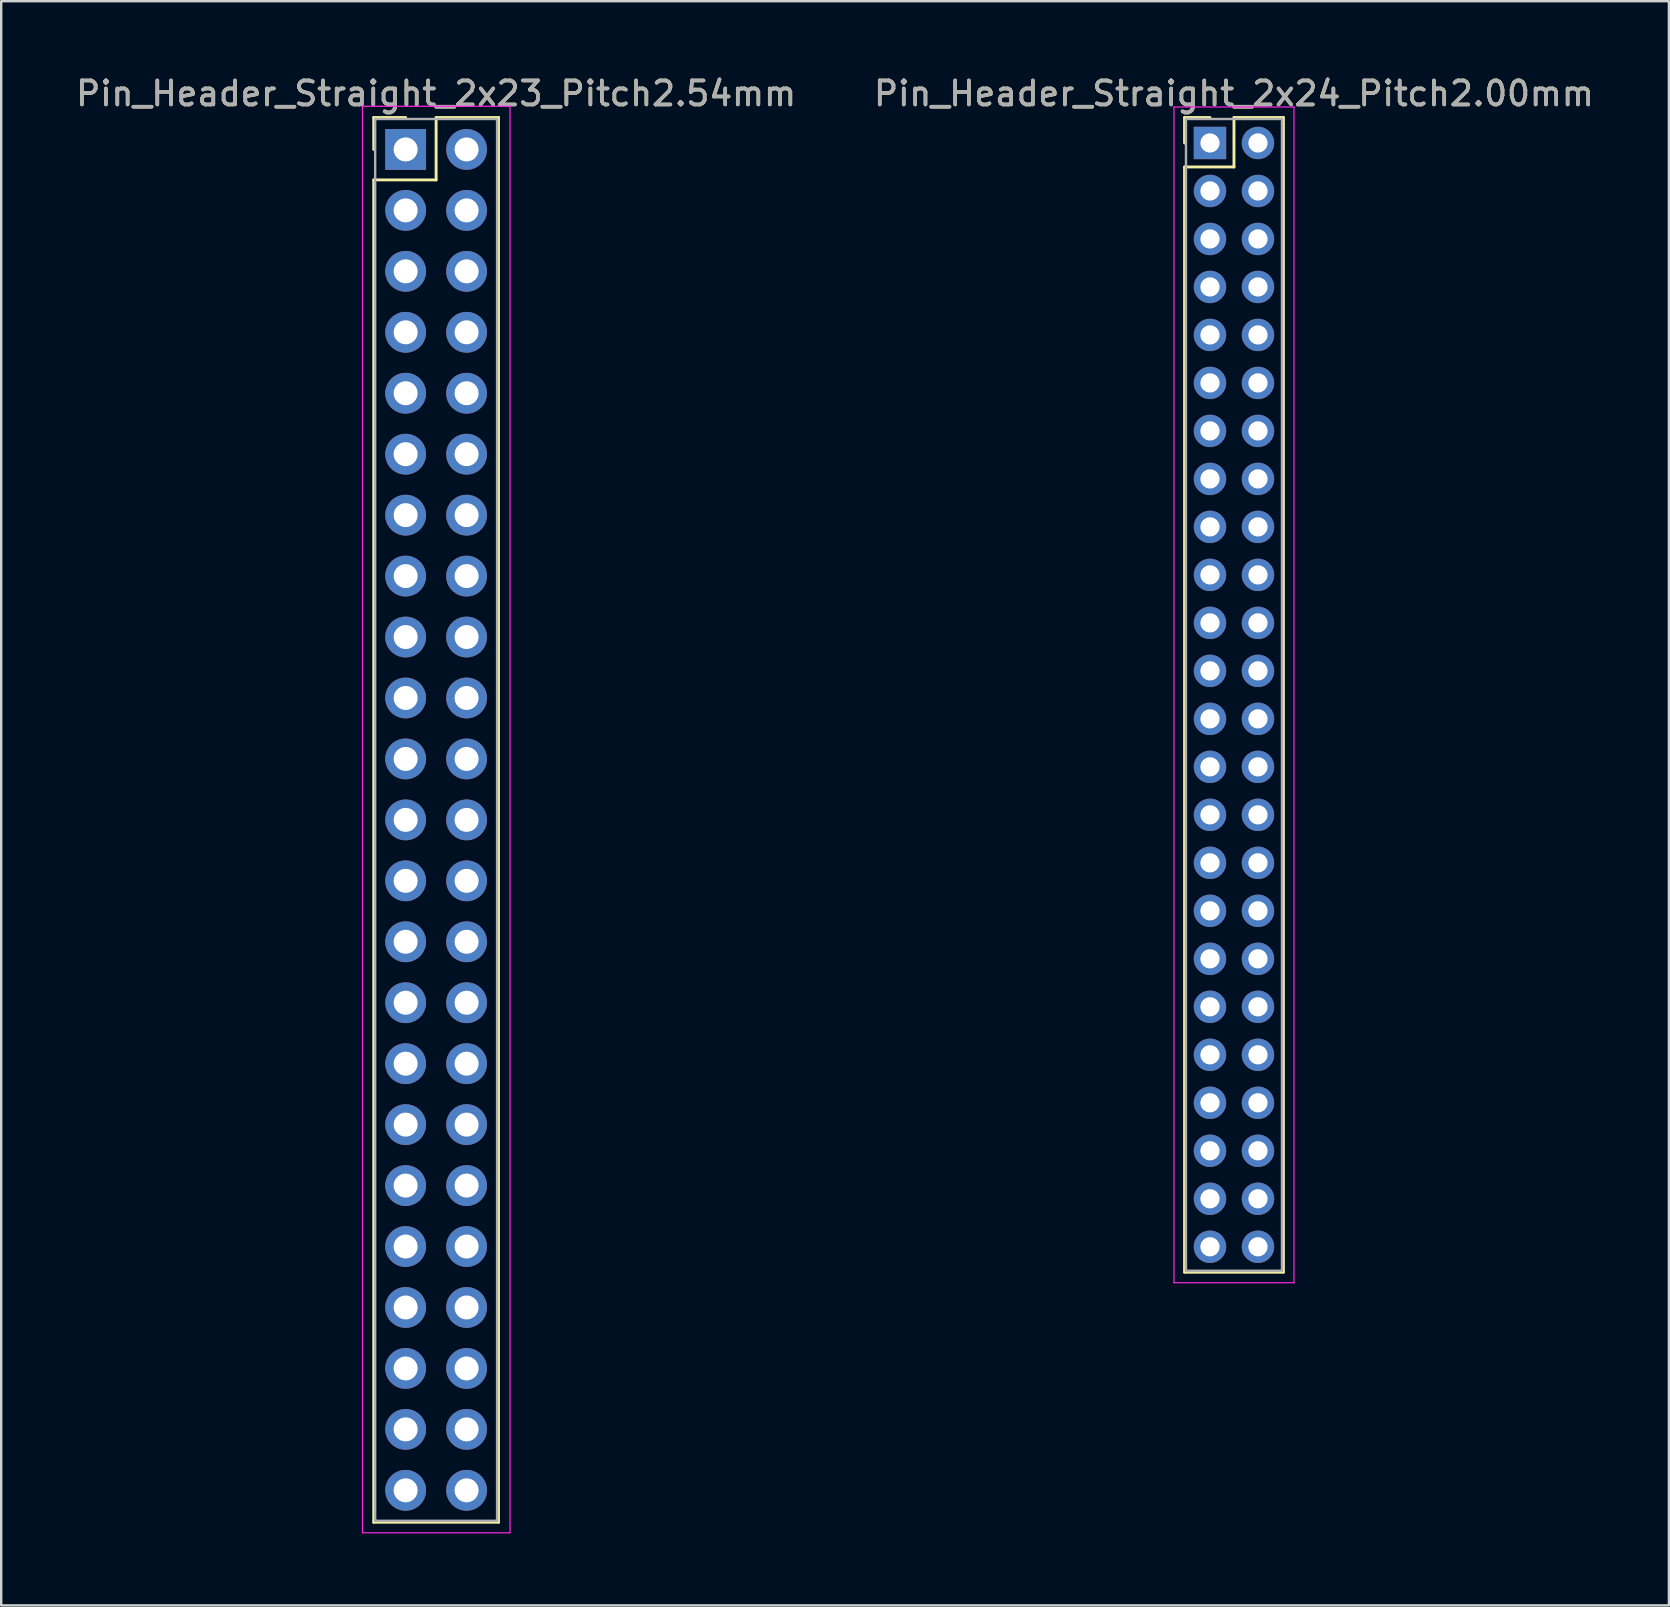
<source format=kicad_pcb>
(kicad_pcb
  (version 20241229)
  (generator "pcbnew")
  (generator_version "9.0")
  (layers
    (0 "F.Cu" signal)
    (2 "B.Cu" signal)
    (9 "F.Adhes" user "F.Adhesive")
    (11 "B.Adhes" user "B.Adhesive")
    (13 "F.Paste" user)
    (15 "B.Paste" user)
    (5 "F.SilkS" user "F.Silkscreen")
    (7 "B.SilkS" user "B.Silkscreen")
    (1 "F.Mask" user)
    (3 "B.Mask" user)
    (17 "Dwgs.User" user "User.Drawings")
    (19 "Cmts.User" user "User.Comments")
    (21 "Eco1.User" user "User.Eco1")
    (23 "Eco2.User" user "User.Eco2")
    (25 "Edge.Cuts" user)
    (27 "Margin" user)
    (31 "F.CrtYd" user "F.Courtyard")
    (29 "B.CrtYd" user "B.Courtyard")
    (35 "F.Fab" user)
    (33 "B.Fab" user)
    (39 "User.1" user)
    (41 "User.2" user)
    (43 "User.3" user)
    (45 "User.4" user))
  (footprint "Pin_Header_Straight_2x23_Pitch2.54mm"
    (layer "F.Cu")
    (at 13.855 3.178)
    (property "Reference" "Pin_Header_Straight_2x23_Pitch2.54mm" (at 1.27 -2.33 0) (layer "F.SilkS") (effects (font (size 1 1) (thickness 0.15))))
    (attr through_hole)
    (fp_line (start -1.33 -1.33) (end 0 -1.33) (stroke (width 0.12) (type solid)) (layer "F.SilkS"))
    (fp_line (start -1.33 0) (end -1.33 -1.33) (stroke (width 0.12) (type solid)) (layer "F.SilkS"))
    (fp_line (start -1.33 1.27) (end -1.33 57.21) (stroke (width 0.12) (type solid)) (layer "F.SilkS"))
    (fp_line (start -1.33 57.21) (end 3.87 57.21) (stroke (width 0.12) (type solid)) (layer "F.SilkS"))
    (fp_line (start 1.27 -1.33) (end 1.27 1.27) (stroke (width 0.12) (type solid)) (layer "F.SilkS"))
    (fp_line (start 1.27 1.27) (end -1.33 1.27) (stroke (width 0.12) (type solid)) (layer "F.SilkS"))
    (fp_line (start 3.87 -1.33) (end 1.27 -1.33) (stroke (width 0.12) (type solid)) (layer "F.SilkS"))
    (fp_line (start 3.87 57.21) (end 3.87 -1.33) (stroke (width 0.12) (type solid)) (layer "F.SilkS"))
    (fp_line (start -1.8 -1.8) (end -1.8 57.65) (stroke (width 0.05) (type solid)) (layer "F.CrtYd"))
    (fp_line (start -1.8 57.65) (end 4.35 57.65) (stroke (width 0.05) (type solid)) (layer "F.CrtYd"))
    (fp_line (start 4.35 -1.8) (end -1.8 -1.8) (stroke (width 0.05) (type solid)) (layer "F.CrtYd"))
    (fp_line (start 4.35 57.65) (end 4.35 -1.8) (stroke (width 0.05) (type solid)) (layer "F.CrtYd"))
    (fp_line (start -1.27 -1.27) (end -1.27 57.15) (stroke (width 0.1) (type solid)) (layer "F.Fab"))
    (fp_line (start -1.27 57.15) (end 3.81 57.15) (stroke (width 0.1) (type solid)) (layer "F.Fab"))
    (fp_line (start 3.81 -1.27) (end -1.27 -1.27) (stroke (width 0.1) (type solid)) (layer "F.Fab"))
    (fp_line (start 3.81 57.15) (end 3.81 -1.27) (stroke (width 0.1) (type solid)) (layer "F.Fab"))
    (fp_text user "${REFERENCE}" (at 1.27 -2.33 0) (layer "F.Fab") (effects (font (size 1 1) (thickness 0.15))))
    (pad "1" thru_hole rect (at 0 0) (size 1.7 1.7) (drill 1) (layers "*.Cu" "*.Mask"))
    (pad "2" thru_hole oval (at 2.54 0) (size 1.7 1.7) (drill 1) (layers "*.Cu" "*.Mask"))
    (pad "3" thru_hole oval (at 0 2.54) (size 1.7 1.7) (drill 1) (layers "*.Cu" "*.Mask"))
    (pad "4" thru_hole oval (at 2.54 2.54) (size 1.7 1.7) (drill 1) (layers "*.Cu" "*.Mask"))
    (pad "5" thru_hole oval (at 0 5.08) (size 1.7 1.7) (drill 1) (layers "*.Cu" "*.Mask"))
    (pad "6" thru_hole oval (at 2.54 5.08) (size 1.7 1.7) (drill 1) (layers "*.Cu" "*.Mask"))
    (pad "7" thru_hole oval (at 0 7.62) (size 1.7 1.7) (drill 1) (layers "*.Cu" "*.Mask"))
    (pad "8" thru_hole oval (at 2.54 7.62) (size 1.7 1.7) (drill 1) (layers "*.Cu" "*.Mask"))
    (pad "9" thru_hole oval (at 0 10.16) (size 1.7 1.7) (drill 1) (layers "*.Cu" "*.Mask"))
    (pad "10" thru_hole oval (at 2.54 10.16) (size 1.7 1.7) (drill 1) (layers "*.Cu" "*.Mask"))
    (pad "11" thru_hole oval (at 0 12.7) (size 1.7 1.7) (drill 1) (layers "*.Cu" "*.Mask"))
    (pad "12" thru_hole oval (at 2.54 12.7) (size 1.7 1.7) (drill 1) (layers "*.Cu" "*.Mask"))
    (pad "13" thru_hole oval (at 0 15.24) (size 1.7 1.7) (drill 1) (layers "*.Cu" "*.Mask"))
    (pad "14" thru_hole oval (at 2.54 15.24) (size 1.7 1.7) (drill 1) (layers "*.Cu" "*.Mask"))
    (pad "15" thru_hole oval (at 0 17.78) (size 1.7 1.7) (drill 1) (layers "*.Cu" "*.Mask"))
    (pad "16" thru_hole oval (at 2.54 17.78) (size 1.7 1.7) (drill 1) (layers "*.Cu" "*.Mask"))
    (pad "17" thru_hole oval (at 0 20.32) (size 1.7 1.7) (drill 1) (layers "*.Cu" "*.Mask"))
    (pad "18" thru_hole oval (at 2.54 20.32) (size 1.7 1.7) (drill 1) (layers "*.Cu" "*.Mask"))
    (pad "19" thru_hole oval (at 0 22.86) (size 1.7 1.7) (drill 1) (layers "*.Cu" "*.Mask"))
    (pad "20" thru_hole oval (at 2.54 22.86) (size 1.7 1.7) (drill 1) (layers "*.Cu" "*.Mask"))
    (pad "21" thru_hole oval (at 0 25.4) (size 1.7 1.7) (drill 1) (layers "*.Cu" "*.Mask"))
    (pad "22" thru_hole oval (at 2.54 25.4) (size 1.7 1.7) (drill 1) (layers "*.Cu" "*.Mask"))
    (pad "23" thru_hole oval (at 0 27.94) (size 1.7 1.7) (drill 1) (layers "*.Cu" "*.Mask"))
    (pad "24" thru_hole oval (at 2.54 27.94) (size 1.7 1.7) (drill 1) (layers "*.Cu" "*.Mask"))
    (pad "25" thru_hole oval (at 0 30.48) (size 1.7 1.7) (drill 1) (layers "*.Cu" "*.Mask"))
    (pad "26" thru_hole oval (at 2.54 30.48) (size 1.7 1.7) (drill 1) (layers "*.Cu" "*.Mask"))
    (pad "27" thru_hole oval (at 0 33.02) (size 1.7 1.7) (drill 1) (layers "*.Cu" "*.Mask"))
    (pad "28" thru_hole oval (at 2.54 33.02) (size 1.7 1.7) (drill 1) (layers "*.Cu" "*.Mask"))
    (pad "29" thru_hole oval (at 0 35.56) (size 1.7 1.7) (drill 1) (layers "*.Cu" "*.Mask"))
    (pad "30" thru_hole oval (at 2.54 35.56) (size 1.7 1.7) (drill 1) (layers "*.Cu" "*.Mask"))
    (pad "31" thru_hole oval (at 0 38.1) (size 1.7 1.7) (drill 1) (layers "*.Cu" "*.Mask"))
    (pad "32" thru_hole oval (at 2.54 38.1) (size 1.7 1.7) (drill 1) (layers "*.Cu" "*.Mask"))
    (pad "33" thru_hole oval (at 0 40.64) (size 1.7 1.7) (drill 1) (layers "*.Cu" "*.Mask"))
    (pad "34" thru_hole oval (at 2.54 40.64) (size 1.7 1.7) (drill 1) (layers "*.Cu" "*.Mask"))
    (pad "35" thru_hole oval (at 0 43.18) (size 1.7 1.7) (drill 1) (layers "*.Cu" "*.Mask"))
    (pad "36" thru_hole oval (at 2.54 43.18) (size 1.7 1.7) (drill 1) (layers "*.Cu" "*.Mask"))
    (pad "37" thru_hole oval (at 0 45.72) (size 1.7 1.7) (drill 1) (layers "*.Cu" "*.Mask"))
    (pad "38" thru_hole oval (at 2.54 45.72) (size 1.7 1.7) (drill 1) (layers "*.Cu" "*.Mask"))
    (pad "39" thru_hole oval (at 0 48.26) (size 1.7 1.7) (drill 1) (layers "*.Cu" "*.Mask"))
    (pad "40" thru_hole oval (at 2.54 48.26) (size 1.7 1.7) (drill 1) (layers "*.Cu" "*.Mask"))
    (pad "41" thru_hole oval (at 0 50.8) (size 1.7 1.7) (drill 1) (layers "*.Cu" "*.Mask"))
    (pad "42" thru_hole oval (at 2.54 50.8) (size 1.7 1.7) (drill 1) (layers "*.Cu" "*.Mask"))
    (pad "43" thru_hole oval (at 0 53.34) (size 1.7 1.7) (drill 1) (layers "*.Cu" "*.Mask"))
    (pad "44" thru_hole oval (at 2.54 53.34) (size 1.7 1.7) (drill 1) (layers "*.Cu" "*.Mask"))
    (pad "45" thru_hole oval (at 0 55.88) (size 1.7 1.7) (drill 1) (layers "*.Cu" "*.Mask"))
    (pad "46" thru_hole oval (at 2.54 55.88) (size 1.7 1.7) (drill 1) (layers "*.Cu" "*.Mask")))
  (footprint "Pin_Header_Straight_2x24_Pitch2.00mm"
    (layer "F.Cu")
    (at 47.375 2.908)
    (property "Reference" "Pin_Header_Straight_2x24_Pitch2.00mm" (at 1 -2.06 0) (layer "F.SilkS") (effects (font (size 1 1) (thickness 0.15))))
    (attr through_hole)
    (fp_line (start -1.06 -1.06) (end 0 -1.06) (stroke (width 0.12) (type solid)) (layer "F.SilkS"))
    (fp_line (start -1.06 0) (end -1.06 -1.06) (stroke (width 0.12) (type solid)) (layer "F.SilkS"))
    (fp_line (start -1.06 1) (end -1.06 47.06) (stroke (width 0.12) (type solid)) (layer "F.SilkS"))
    (fp_line (start -1.06 47.06) (end 3.06 47.06) (stroke (width 0.12) (type solid)) (layer "F.SilkS"))
    (fp_line (start 1 -1.06) (end 1 1) (stroke (width 0.12) (type solid)) (layer "F.SilkS"))
    (fp_line (start 1 1) (end -1.06 1) (stroke (width 0.12) (type solid)) (layer "F.SilkS"))
    (fp_line (start 3.06 -1.06) (end 1 -1.06) (stroke (width 0.12) (type solid)) (layer "F.SilkS"))
    (fp_line (start 3.06 47.06) (end 3.06 -1.06) (stroke (width 0.12) (type solid)) (layer "F.SilkS"))
    (fp_line (start -1.5 -1.5) (end -1.5 47.5) (stroke (width 0.05) (type solid)) (layer "F.CrtYd"))
    (fp_line (start -1.5 47.5) (end 3.5 47.5) (stroke (width 0.05) (type solid)) (layer "F.CrtYd"))
    (fp_line (start 3.5 -1.5) (end -1.5 -1.5) (stroke (width 0.05) (type solid)) (layer "F.CrtYd"))
    (fp_line (start 3.5 47.5) (end 3.5 -1.5) (stroke (width 0.05) (type solid)) (layer "F.CrtYd"))
    (fp_line (start -1 -1) (end -1 47) (stroke (width 0.1) (type solid)) (layer "F.Fab"))
    (fp_line (start -1 47) (end 3 47) (stroke (width 0.1) (type solid)) (layer "F.Fab"))
    (fp_line (start 3 -1) (end -1 -1) (stroke (width 0.1) (type solid)) (layer "F.Fab"))
    (fp_line (start 3 47) (end 3 -1) (stroke (width 0.1) (type solid)) (layer "F.Fab"))
    (fp_text user "${REFERENCE}" (at 1 -2.06 0) (layer "F.Fab") (effects (font (size 1 1) (thickness 0.15))))
    (pad "1" thru_hole rect (at 0 0) (size 1.35 1.35) (drill 0.8) (layers "*.Cu" "*.Mask"))
    (pad "2" thru_hole oval (at 2 0) (size 1.35 1.35) (drill 0.8) (layers "*.Cu" "*.Mask"))
    (pad "3" thru_hole oval (at 0 2) (size 1.35 1.35) (drill 0.8) (layers "*.Cu" "*.Mask"))
    (pad "4" thru_hole oval (at 2 2) (size 1.35 1.35) (drill 0.8) (layers "*.Cu" "*.Mask"))
    (pad "5" thru_hole oval (at 0 4) (size 1.35 1.35) (drill 0.8) (layers "*.Cu" "*.Mask"))
    (pad "6" thru_hole oval (at 2 4) (size 1.35 1.35) (drill 0.8) (layers "*.Cu" "*.Mask"))
    (pad "7" thru_hole oval (at 0 6) (size 1.35 1.35) (drill 0.8) (layers "*.Cu" "*.Mask"))
    (pad "8" thru_hole oval (at 2 6) (size 1.35 1.35) (drill 0.8) (layers "*.Cu" "*.Mask"))
    (pad "9" thru_hole oval (at 0 8) (size 1.35 1.35) (drill 0.8) (layers "*.Cu" "*.Mask"))
    (pad "10" thru_hole oval (at 2 8) (size 1.35 1.35) (drill 0.8) (layers "*.Cu" "*.Mask"))
    (pad "11" thru_hole oval (at 0 10) (size 1.35 1.35) (drill 0.8) (layers "*.Cu" "*.Mask"))
    (pad "12" thru_hole oval (at 2 10) (size 1.35 1.35) (drill 0.8) (layers "*.Cu" "*.Mask"))
    (pad "13" thru_hole oval (at 0 12) (size 1.35 1.35) (drill 0.8) (layers "*.Cu" "*.Mask"))
    (pad "14" thru_hole oval (at 2 12) (size 1.35 1.35) (drill 0.8) (layers "*.Cu" "*.Mask"))
    (pad "15" thru_hole oval (at 0 14) (size 1.35 1.35) (drill 0.8) (layers "*.Cu" "*.Mask"))
    (pad "16" thru_hole oval (at 2 14) (size 1.35 1.35) (drill 0.8) (layers "*.Cu" "*.Mask"))
    (pad "17" thru_hole oval (at 0 16) (size 1.35 1.35) (drill 0.8) (layers "*.Cu" "*.Mask"))
    (pad "18" thru_hole oval (at 2 16) (size 1.35 1.35) (drill 0.8) (layers "*.Cu" "*.Mask"))
    (pad "19" thru_hole oval (at 0 18) (size 1.35 1.35) (drill 0.8) (layers "*.Cu" "*.Mask"))
    (pad "20" thru_hole oval (at 2 18) (size 1.35 1.35) (drill 0.8) (layers "*.Cu" "*.Mask"))
    (pad "21" thru_hole oval (at 0 20) (size 1.35 1.35) (drill 0.8) (layers "*.Cu" "*.Mask"))
    (pad "22" thru_hole oval (at 2 20) (size 1.35 1.35) (drill 0.8) (layers "*.Cu" "*.Mask"))
    (pad "23" thru_hole oval (at 0 22) (size 1.35 1.35) (drill 0.8) (layers "*.Cu" "*.Mask"))
    (pad "24" thru_hole oval (at 2 22) (size 1.35 1.35) (drill 0.8) (layers "*.Cu" "*.Mask"))
    (pad "25" thru_hole oval (at 0 24) (size 1.35 1.35) (drill 0.8) (layers "*.Cu" "*.Mask"))
    (pad "26" thru_hole oval (at 2 24) (size 1.35 1.35) (drill 0.8) (layers "*.Cu" "*.Mask"))
    (pad "27" thru_hole oval (at 0 26) (size 1.35 1.35) (drill 0.8) (layers "*.Cu" "*.Mask"))
    (pad "28" thru_hole oval (at 2 26) (size 1.35 1.35) (drill 0.8) (layers "*.Cu" "*.Mask"))
    (pad "29" thru_hole oval (at 0 28) (size 1.35 1.35) (drill 0.8) (layers "*.Cu" "*.Mask"))
    (pad "30" thru_hole oval (at 2 28) (size 1.35 1.35) (drill 0.8) (layers "*.Cu" "*.Mask"))
    (pad "31" thru_hole oval (at 0 30) (size 1.35 1.35) (drill 0.8) (layers "*.Cu" "*.Mask"))
    (pad "32" thru_hole oval (at 2 30) (size 1.35 1.35) (drill 0.8) (layers "*.Cu" "*.Mask"))
    (pad "33" thru_hole oval (at 0 32) (size 1.35 1.35) (drill 0.8) (layers "*.Cu" "*.Mask"))
    (pad "34" thru_hole oval (at 2 32) (size 1.35 1.35) (drill 0.8) (layers "*.Cu" "*.Mask"))
    (pad "35" thru_hole oval (at 0 34) (size 1.35 1.35) (drill 0.8) (layers "*.Cu" "*.Mask"))
    (pad "36" thru_hole oval (at 2 34) (size 1.35 1.35) (drill 0.8) (layers "*.Cu" "*.Mask"))
    (pad "37" thru_hole oval (at 0 36) (size 1.35 1.35) (drill 0.8) (layers "*.Cu" "*.Mask"))
    (pad "38" thru_hole oval (at 2 36) (size 1.35 1.35) (drill 0.8) (layers "*.Cu" "*.Mask"))
    (pad "39" thru_hole oval (at 0 38) (size 1.35 1.35) (drill 0.8) (layers "*.Cu" "*.Mask"))
    (pad "40" thru_hole oval (at 2 38) (size 1.35 1.35) (drill 0.8) (layers "*.Cu" "*.Mask"))
    (pad "41" thru_hole oval (at 0 40) (size 1.35 1.35) (drill 0.8) (layers "*.Cu" "*.Mask"))
    (pad "42" thru_hole oval (at 2 40) (size 1.35 1.35) (drill 0.8) (layers "*.Cu" "*.Mask"))
    (pad "43" thru_hole oval (at 0 42) (size 1.35 1.35) (drill 0.8) (layers "*.Cu" "*.Mask"))
    (pad "44" thru_hole oval (at 2 42) (size 1.35 1.35) (drill 0.8) (layers "*.Cu" "*.Mask"))
    (pad "45" thru_hole oval (at 0 44) (size 1.35 1.35) (drill 0.8) (layers "*.Cu" "*.Mask"))
    (pad "46" thru_hole oval (at 2 44) (size 1.35 1.35) (drill 0.8) (layers "*.Cu" "*.Mask"))
    (pad "47" thru_hole oval (at 0 46) (size 1.35 1.35) (drill 0.8) (layers "*.Cu" "*.Mask"))
    (pad "48" thru_hole oval (at 2 46) (size 1.35 1.35) (drill 0.8) (layers "*.Cu" "*.Mask")))
  (gr_rect
    (start -3 -3)
    (end 66.5 63.853)
    (stroke (width 0.1) (type default))
    (fill no)
    (layer "Edge.Cuts")))
</source>
